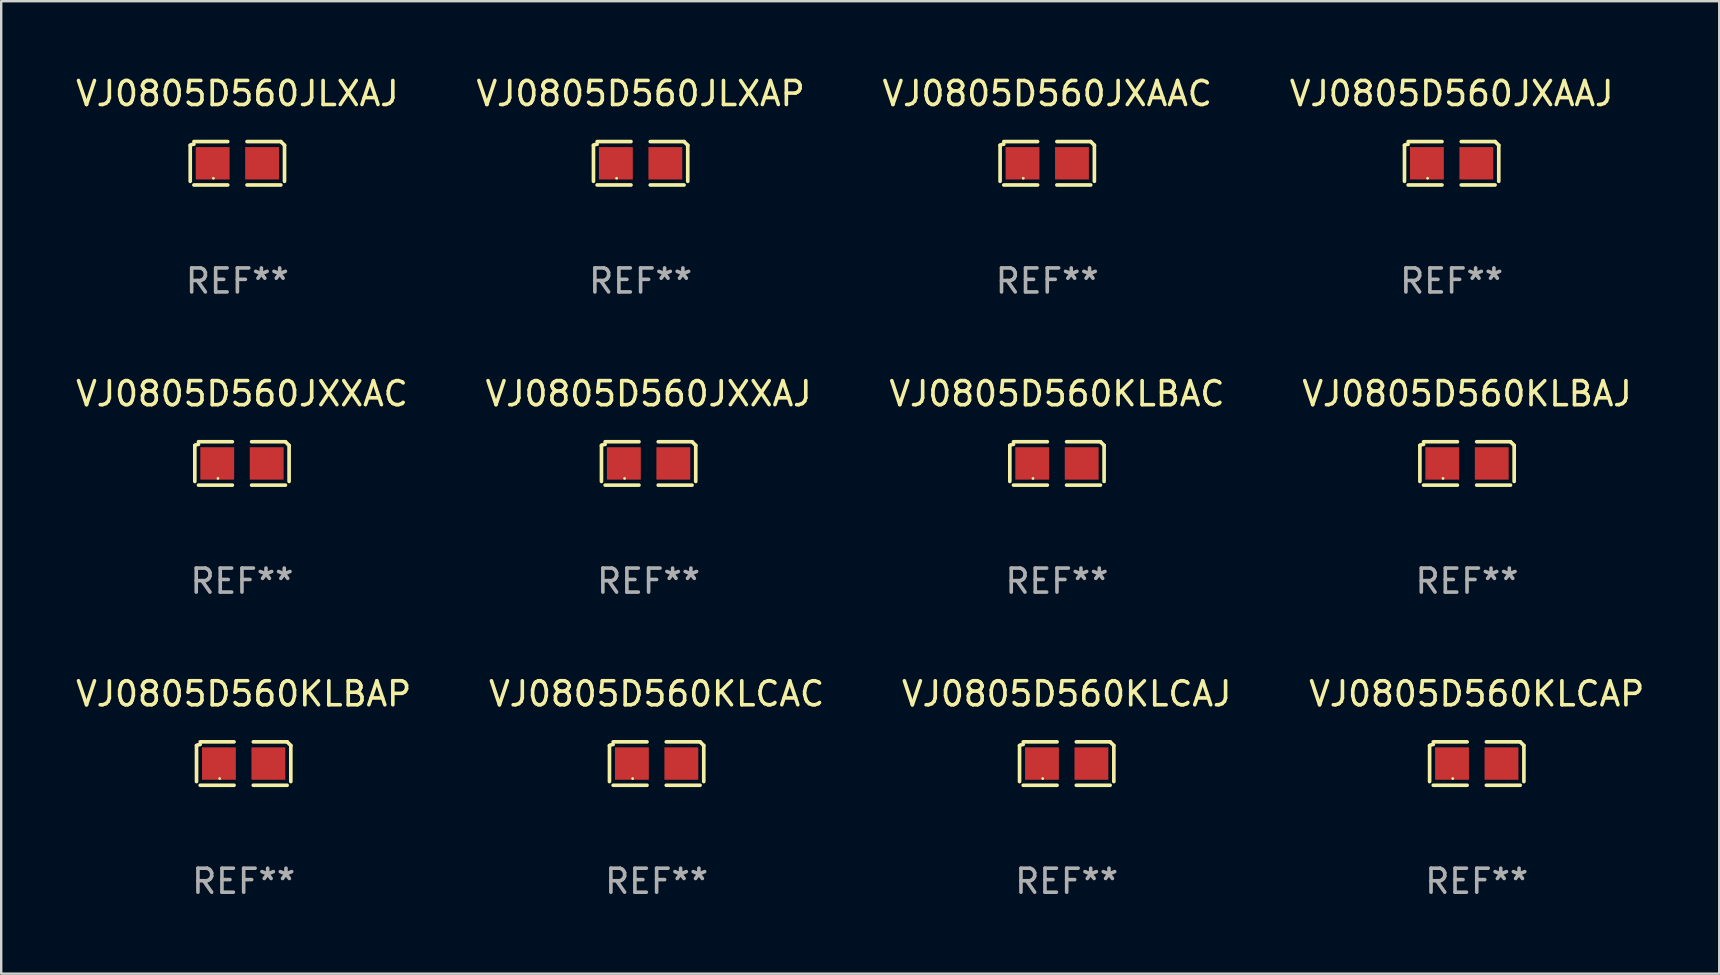
<source format=kicad_pcb>
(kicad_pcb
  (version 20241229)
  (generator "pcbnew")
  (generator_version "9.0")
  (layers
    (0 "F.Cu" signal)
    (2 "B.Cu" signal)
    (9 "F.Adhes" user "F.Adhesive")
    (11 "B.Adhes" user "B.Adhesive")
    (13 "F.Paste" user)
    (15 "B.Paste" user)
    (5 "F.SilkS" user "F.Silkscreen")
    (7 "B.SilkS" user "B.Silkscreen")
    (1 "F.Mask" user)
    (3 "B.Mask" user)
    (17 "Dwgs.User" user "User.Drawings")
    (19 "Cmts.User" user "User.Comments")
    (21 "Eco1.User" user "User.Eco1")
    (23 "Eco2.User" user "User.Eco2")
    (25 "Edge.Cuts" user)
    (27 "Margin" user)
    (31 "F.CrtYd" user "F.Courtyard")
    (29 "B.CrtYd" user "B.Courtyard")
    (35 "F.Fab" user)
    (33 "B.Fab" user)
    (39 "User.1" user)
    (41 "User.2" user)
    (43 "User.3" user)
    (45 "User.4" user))
  (footprint "VJ0805D560KLCAP"
    (layer "F.Cu")
    (at 58.47 28.759)
    (property "Reference" "VJ0805D560KLCAP" (at 0 -2.904 0) (layer "F.SilkS") (effects (font (size 1 1) (thickness 0.15))))
    (attr through_hole)
    (fp_line (start -1.964 0.751) (end -1.964 -0.751) (stroke (width 0.152) (type solid)) (layer "F.SilkS"))
    (fp_line (start -1.811 -0.904) (end -0.401 -0.904) (stroke (width 0.152) (type solid)) (layer "F.SilkS"))
    (fp_line (start -0.401 0.904) (end -1.811 0.904) (stroke (width 0.152) (type solid)) (layer "F.SilkS"))
    (fp_line (start 0.401 0.904) (end 1.811 0.904) (stroke (width 0.152) (type solid)) (layer "F.SilkS"))
    (fp_line (start 1.811 -0.904) (end 0.401 -0.904) (stroke (width 0.152) (type solid)) (layer "F.SilkS"))
    (fp_line (start 1.964 0.751) (end 1.964 -0.751) (stroke (width 0.152) (type solid)) (layer "F.SilkS"))
    (fp_arc (start -1.963602 -0.751207) (mid -1.890354 -0.783131) (end -1.811201 -0.794044) (stroke (width 0.1524) (type solid)) (layer "F.SilkS"))
    (fp_arc (start 1.811202 -0.903607) (mid 1.887413 -0.827418) (end 1.963602 -0.751207) (stroke (width 0.1524) (type solid)) (layer "F.SilkS"))
    (fp_circle (center -1 0.625) (end -0.97 0.625) (stroke (width 0.06) (type solid)) (fill no) (layer "F.SilkS"))
    (fp_text user "REF**" (at 0 4.904 0) (layer "F.Fab") (effects (font (size 1 1) (thickness 0.15))))
    (pad "1" smd rect (at -1.03 0) (size 1.41 1.35) (layers "F.Cu" "F.Mask" "F.Paste"))
    (pad "2" smd rect (at 1.03 0) (size 1.41 1.35) (layers "F.Cu" "F.Mask" "F.Paste")))
  (footprint "VJ0805D560JXXAC"
    (layer "F.Cu")
    (at 7.03 16.256)
    (property "Reference" "VJ0805D560JXXAC" (at 0 -2.904 0) (layer "F.SilkS") (effects (font (size 1 1) (thickness 0.15))))
    (attr through_hole)
    (fp_line (start -1.964 0.751) (end -1.964 -0.751) (stroke (width 0.152) (type solid)) (layer "F.SilkS"))
    (fp_line (start -1.811 -0.904) (end -0.401 -0.904) (stroke (width 0.152) (type solid)) (layer "F.SilkS"))
    (fp_line (start -0.401 0.904) (end -1.811 0.904) (stroke (width 0.152) (type solid)) (layer "F.SilkS"))
    (fp_line (start 0.401 0.904) (end 1.811 0.904) (stroke (width 0.152) (type solid)) (layer "F.SilkS"))
    (fp_line (start 1.811 -0.904) (end 0.401 -0.904) (stroke (width 0.152) (type solid)) (layer "F.SilkS"))
    (fp_line (start 1.964 0.751) (end 1.964 -0.751) (stroke (width 0.152) (type solid)) (layer "F.SilkS"))
    (fp_arc (start -1.963602 -0.751207) (mid -1.890354 -0.783131) (end -1.811201 -0.794044) (stroke (width 0.1524) (type solid)) (layer "F.SilkS"))
    (fp_arc (start 1.811202 -0.903607) (mid 1.887413 -0.827418) (end 1.963602 -0.751207) (stroke (width 0.1524) (type solid)) (layer "F.SilkS"))
    (fp_circle (center -1 0.625) (end -0.97 0.625) (stroke (width 0.06) (type solid)) (fill no) (layer "F.SilkS"))
    (fp_text user "REF**" (at 0 4.904 0) (layer "F.Fab") (effects (font (size 1 1) (thickness 0.15))))
    (pad "1" smd rect (at -1.03 0) (size 1.41 1.35) (layers "F.Cu" "F.Mask" "F.Paste"))
    (pad "2" smd rect (at 1.03 0) (size 1.41 1.35) (layers "F.Cu" "F.Mask" "F.Paste")))
  (footprint "VJ0805D560KLCAJ"
    (layer "F.Cu")
    (at 41.387 28.759)
    (property "Reference" "VJ0805D560KLCAJ" (at 0 -2.904 0) (layer "F.SilkS") (effects (font (size 1 1) (thickness 0.15))))
    (attr through_hole)
    (fp_line (start -1.964 0.751) (end -1.964 -0.751) (stroke (width 0.152) (type solid)) (layer "F.SilkS"))
    (fp_line (start -1.811 -0.904) (end -0.401 -0.904) (stroke (width 0.152) (type solid)) (layer "F.SilkS"))
    (fp_line (start -0.401 0.904) (end -1.811 0.904) (stroke (width 0.152) (type solid)) (layer "F.SilkS"))
    (fp_line (start 0.401 0.904) (end 1.811 0.904) (stroke (width 0.152) (type solid)) (layer "F.SilkS"))
    (fp_line (start 1.811 -0.904) (end 0.401 -0.904) (stroke (width 0.152) (type solid)) (layer "F.SilkS"))
    (fp_line (start 1.964 0.751) (end 1.964 -0.751) (stroke (width 0.152) (type solid)) (layer "F.SilkS"))
    (fp_arc (start -1.963602 -0.751207) (mid -1.890354 -0.783131) (end -1.811201 -0.794044) (stroke (width 0.1524) (type solid)) (layer "F.SilkS"))
    (fp_arc (start 1.811202 -0.903607) (mid 1.887413 -0.827418) (end 1.963602 -0.751207) (stroke (width 0.1524) (type solid)) (layer "F.SilkS"))
    (fp_circle (center -1 0.625) (end -0.97 0.625) (stroke (width 0.06) (type solid)) (fill no) (layer "F.SilkS"))
    (fp_text user "REF**" (at 0 4.904 0) (layer "F.Fab") (effects (font (size 1 1) (thickness 0.15))))
    (pad "1" smd rect (at -1.03 0) (size 1.41 1.35) (layers "F.Cu" "F.Mask" "F.Paste"))
    (pad "2" smd rect (at 1.03 0) (size 1.41 1.35) (layers "F.Cu" "F.Mask" "F.Paste")))
  (footprint "VJ0805D560KLBAJ"
    (layer "F.Cu")
    (at 58.065 16.256)
    (property "Reference" "VJ0805D560KLBAJ" (at 0 -2.904 0) (layer "F.SilkS") (effects (font (size 1 1) (thickness 0.15))))
    (attr through_hole)
    (fp_line (start -1.964 0.751) (end -1.964 -0.751) (stroke (width 0.152) (type solid)) (layer "F.SilkS"))
    (fp_line (start -1.811 -0.904) (end -0.401 -0.904) (stroke (width 0.152) (type solid)) (layer "F.SilkS"))
    (fp_line (start -0.401 0.904) (end -1.811 0.904) (stroke (width 0.152) (type solid)) (layer "F.SilkS"))
    (fp_line (start 0.401 0.904) (end 1.811 0.904) (stroke (width 0.152) (type solid)) (layer "F.SilkS"))
    (fp_line (start 1.811 -0.904) (end 0.401 -0.904) (stroke (width 0.152) (type solid)) (layer "F.SilkS"))
    (fp_line (start 1.964 0.751) (end 1.964 -0.751) (stroke (width 0.152) (type solid)) (layer "F.SilkS"))
    (fp_arc (start -1.963602 -0.751207) (mid -1.890354 -0.783131) (end -1.811201 -0.794044) (stroke (width 0.1524) (type solid)) (layer "F.SilkS"))
    (fp_arc (start 1.811202 -0.903607) (mid 1.887413 -0.827418) (end 1.963602 -0.751207) (stroke (width 0.1524) (type solid)) (layer "F.SilkS"))
    (fp_circle (center -1 0.625) (end -0.97 0.625) (stroke (width 0.06) (type solid)) (fill no) (layer "F.SilkS"))
    (fp_text user "REF**" (at 0 4.904 0) (layer "F.Fab") (effects (font (size 1 1) (thickness 0.15))))
    (pad "1" smd rect (at -1.03 0) (size 1.41 1.35) (layers "F.Cu" "F.Mask" "F.Paste"))
    (pad "2" smd rect (at 1.03 0) (size 1.41 1.35) (layers "F.Cu" "F.Mask" "F.Paste")))
  (footprint "VJ0805D560JXAAC"
    (layer "F.Cu")
    (at 40.577 3.752)
    (property "Reference" "VJ0805D560JXAAC" (at 0 -2.904 0) (layer "F.SilkS") (effects (font (size 1 1) (thickness 0.15))))
    (attr through_hole)
    (fp_line (start -1.964 0.751) (end -1.964 -0.751) (stroke (width 0.152) (type solid)) (layer "F.SilkS"))
    (fp_line (start -1.811 -0.904) (end -0.401 -0.904) (stroke (width 0.152) (type solid)) (layer "F.SilkS"))
    (fp_line (start -0.401 0.904) (end -1.811 0.904) (stroke (width 0.152) (type solid)) (layer "F.SilkS"))
    (fp_line (start 0.401 0.904) (end 1.811 0.904) (stroke (width 0.152) (type solid)) (layer "F.SilkS"))
    (fp_line (start 1.811 -0.904) (end 0.401 -0.904) (stroke (width 0.152) (type solid)) (layer "F.SilkS"))
    (fp_line (start 1.964 0.751) (end 1.964 -0.751) (stroke (width 0.152) (type solid)) (layer "F.SilkS"))
    (fp_arc (start -1.963602 -0.751207) (mid -1.890354 -0.783131) (end -1.811201 -0.794044) (stroke (width 0.1524) (type solid)) (layer "F.SilkS"))
    (fp_arc (start 1.811202 -0.903607) (mid 1.887413 -0.827418) (end 1.963602 -0.751207) (stroke (width 0.1524) (type solid)) (layer "F.SilkS"))
    (fp_circle (center -1 0.625) (end -0.97 0.625) (stroke (width 0.06) (type solid)) (fill no) (layer "F.SilkS"))
    (fp_text user "REF**" (at 0 4.904 0) (layer "F.Fab") (effects (font (size 1 1) (thickness 0.15))))
    (pad "1" smd rect (at -1.03 0) (size 1.41 1.35) (layers "F.Cu" "F.Mask" "F.Paste"))
    (pad "2" smd rect (at 1.03 0) (size 1.41 1.35) (layers "F.Cu" "F.Mask" "F.Paste")))
  (footprint "VJ0805D560JXXAJ"
    (layer "F.Cu")
    (at 23.97 16.256)
    (property "Reference" "VJ0805D560JXXAJ" (at 0 -2.904 0) (layer "F.SilkS") (effects (font (size 1 1) (thickness 0.15))))
    (attr through_hole)
    (fp_line (start -1.964 0.751) (end -1.964 -0.751) (stroke (width 0.152) (type solid)) (layer "F.SilkS"))
    (fp_line (start -1.811 -0.904) (end -0.401 -0.904) (stroke (width 0.152) (type solid)) (layer "F.SilkS"))
    (fp_line (start -0.401 0.904) (end -1.811 0.904) (stroke (width 0.152) (type solid)) (layer "F.SilkS"))
    (fp_line (start 0.401 0.904) (end 1.811 0.904) (stroke (width 0.152) (type solid)) (layer "F.SilkS"))
    (fp_line (start 1.811 -0.904) (end 0.401 -0.904) (stroke (width 0.152) (type solid)) (layer "F.SilkS"))
    (fp_line (start 1.964 0.751) (end 1.964 -0.751) (stroke (width 0.152) (type solid)) (layer "F.SilkS"))
    (fp_arc (start -1.963602 -0.751207) (mid -1.890354 -0.783131) (end -1.811201 -0.794044) (stroke (width 0.1524) (type solid)) (layer "F.SilkS"))
    (fp_arc (start 1.811202 -0.903607) (mid 1.887413 -0.827418) (end 1.963602 -0.751207) (stroke (width 0.1524) (type solid)) (layer "F.SilkS"))
    (fp_circle (center -1 0.625) (end -0.97 0.625) (stroke (width 0.06) (type solid)) (fill no) (layer "F.SilkS"))
    (fp_text user "REF**" (at 0 4.904 0) (layer "F.Fab") (effects (font (size 1 1) (thickness 0.15))))
    (pad "1" smd rect (at -1.03 0) (size 1.41 1.35) (layers "F.Cu" "F.Mask" "F.Paste"))
    (pad "2" smd rect (at 1.03 0) (size 1.41 1.35) (layers "F.Cu" "F.Mask" "F.Paste")))
  (footprint "VJ0805D560KLBAP"
    (layer "F.Cu")
    (at 7.101 28.759)
    (property "Reference" "VJ0805D560KLBAP" (at 0 -2.904 0) (layer "F.SilkS") (effects (font (size 1 1) (thickness 0.15))))
    (attr through_hole)
    (fp_line (start -1.964 0.751) (end -1.964 -0.751) (stroke (width 0.152) (type solid)) (layer "F.SilkS"))
    (fp_line (start -1.811 -0.904) (end -0.401 -0.904) (stroke (width 0.152) (type solid)) (layer "F.SilkS"))
    (fp_line (start -0.401 0.904) (end -1.811 0.904) (stroke (width 0.152) (type solid)) (layer "F.SilkS"))
    (fp_line (start 0.401 0.904) (end 1.811 0.904) (stroke (width 0.152) (type solid)) (layer "F.SilkS"))
    (fp_line (start 1.811 -0.904) (end 0.401 -0.904) (stroke (width 0.152) (type solid)) (layer "F.SilkS"))
    (fp_line (start 1.964 0.751) (end 1.964 -0.751) (stroke (width 0.152) (type solid)) (layer "F.SilkS"))
    (fp_arc (start -1.963602 -0.751207) (mid -1.890354 -0.783131) (end -1.811201 -0.794044) (stroke (width 0.1524) (type solid)) (layer "F.SilkS"))
    (fp_arc (start 1.811202 -0.903607) (mid 1.887413 -0.827418) (end 1.963602 -0.751207) (stroke (width 0.1524) (type solid)) (layer "F.SilkS"))
    (fp_circle (center -1 0.625) (end -0.97 0.625) (stroke (width 0.06) (type solid)) (fill no) (layer "F.SilkS"))
    (fp_text user "REF**" (at 0 4.904 0) (layer "F.Fab") (effects (font (size 1 1) (thickness 0.15))))
    (pad "1" smd rect (at -1.03 0) (size 1.41 1.35) (layers "F.Cu" "F.Mask" "F.Paste"))
    (pad "2" smd rect (at 1.03 0) (size 1.41 1.35) (layers "F.Cu" "F.Mask" "F.Paste")))
  (footprint "VJ0805D560JXAAJ"
    (layer "F.Cu")
    (at 57.423 3.752)
    (property "Reference" "VJ0805D560JXAAJ" (at 0 -2.904 0) (layer "F.SilkS") (effects (font (size 1 1) (thickness 0.15))))
    (attr through_hole)
    (fp_line (start -1.964 0.751) (end -1.964 -0.751) (stroke (width 0.152) (type solid)) (layer "F.SilkS"))
    (fp_line (start -1.811 -0.904) (end -0.401 -0.904) (stroke (width 0.152) (type solid)) (layer "F.SilkS"))
    (fp_line (start -0.401 0.904) (end -1.811 0.904) (stroke (width 0.152) (type solid)) (layer "F.SilkS"))
    (fp_line (start 0.401 0.904) (end 1.811 0.904) (stroke (width 0.152) (type solid)) (layer "F.SilkS"))
    (fp_line (start 1.811 -0.904) (end 0.401 -0.904) (stroke (width 0.152) (type solid)) (layer "F.SilkS"))
    (fp_line (start 1.964 0.751) (end 1.964 -0.751) (stroke (width 0.152) (type solid)) (layer "F.SilkS"))
    (fp_arc (start -1.963602 -0.751207) (mid -1.890354 -0.783131) (end -1.811201 -0.794044) (stroke (width 0.1524) (type solid)) (layer "F.SilkS"))
    (fp_arc (start 1.811202 -0.903607) (mid 1.887413 -0.827418) (end 1.963602 -0.751207) (stroke (width 0.1524) (type solid)) (layer "F.SilkS"))
    (fp_circle (center -1 0.625) (end -0.97 0.625) (stroke (width 0.06) (type solid)) (fill no) (layer "F.SilkS"))
    (fp_text user "REF**" (at 0 4.904 0) (layer "F.Fab") (effects (font (size 1 1) (thickness 0.15))))
    (pad "1" smd rect (at -1.03 0) (size 1.41 1.35) (layers "F.Cu" "F.Mask" "F.Paste"))
    (pad "2" smd rect (at 1.03 0) (size 1.41 1.35) (layers "F.Cu" "F.Mask" "F.Paste")))
  (footprint "VJ0805D560KLBAC"
    (layer "F.Cu")
    (at 40.982 16.256)
    (property "Reference" "VJ0805D560KLBAC" (at 0 -2.904 0) (layer "F.SilkS") (effects (font (size 1 1) (thickness 0.15))))
    (attr through_hole)
    (fp_line (start -1.964 0.751) (end -1.964 -0.751) (stroke (width 0.152) (type solid)) (layer "F.SilkS"))
    (fp_line (start -1.811 -0.904) (end -0.401 -0.904) (stroke (width 0.152) (type solid)) (layer "F.SilkS"))
    (fp_line (start -0.401 0.904) (end -1.811 0.904) (stroke (width 0.152) (type solid)) (layer "F.SilkS"))
    (fp_line (start 0.401 0.904) (end 1.811 0.904) (stroke (width 0.152) (type solid)) (layer "F.SilkS"))
    (fp_line (start 1.811 -0.904) (end 0.401 -0.904) (stroke (width 0.152) (type solid)) (layer "F.SilkS"))
    (fp_line (start 1.964 0.751) (end 1.964 -0.751) (stroke (width 0.152) (type solid)) (layer "F.SilkS"))
    (fp_arc (start -1.963602 -0.751207) (mid -1.890354 -0.783131) (end -1.811201 -0.794044) (stroke (width 0.1524) (type solid)) (layer "F.SilkS"))
    (fp_arc (start 1.811202 -0.903607) (mid 1.887413 -0.827418) (end 1.963602 -0.751207) (stroke (width 0.1524) (type solid)) (layer "F.SilkS"))
    (fp_circle (center -1 0.625) (end -0.97 0.625) (stroke (width 0.06) (type solid)) (fill no) (layer "F.SilkS"))
    (fp_text user "REF**" (at 0 4.904 0) (layer "F.Fab") (effects (font (size 1 1) (thickness 0.15))))
    (pad "1" smd rect (at -1.03 0) (size 1.41 1.35) (layers "F.Cu" "F.Mask" "F.Paste"))
    (pad "2" smd rect (at 1.03 0) (size 1.41 1.35) (layers "F.Cu" "F.Mask" "F.Paste")))
  (footprint "VJ0805D560KLCAC"
    (layer "F.Cu")
    (at 24.304 28.759)
    (property "Reference" "VJ0805D560KLCAC" (at 0 -2.904 0) (layer "F.SilkS") (effects (font (size 1 1) (thickness 0.15))))
    (attr through_hole)
    (fp_line (start -1.964 0.751) (end -1.964 -0.751) (stroke (width 0.152) (type solid)) (layer "F.SilkS"))
    (fp_line (start -1.811 -0.904) (end -0.401 -0.904) (stroke (width 0.152) (type solid)) (layer "F.SilkS"))
    (fp_line (start -0.401 0.904) (end -1.811 0.904) (stroke (width 0.152) (type solid)) (layer "F.SilkS"))
    (fp_line (start 0.401 0.904) (end 1.811 0.904) (stroke (width 0.152) (type solid)) (layer "F.SilkS"))
    (fp_line (start 1.811 -0.904) (end 0.401 -0.904) (stroke (width 0.152) (type solid)) (layer "F.SilkS"))
    (fp_line (start 1.964 0.751) (end 1.964 -0.751) (stroke (width 0.152) (type solid)) (layer "F.SilkS"))
    (fp_arc (start -1.963602 -0.751207) (mid -1.890354 -0.783131) (end -1.811201 -0.794044) (stroke (width 0.1524) (type solid)) (layer "F.SilkS"))
    (fp_arc (start 1.811202 -0.903607) (mid 1.887413 -0.827418) (end 1.963602 -0.751207) (stroke (width 0.1524) (type solid)) (layer "F.SilkS"))
    (fp_circle (center -1 0.625) (end -0.97 0.625) (stroke (width 0.06) (type solid)) (fill no) (layer "F.SilkS"))
    (fp_text user "REF**" (at 0 4.904 0) (layer "F.Fab") (effects (font (size 1 1) (thickness 0.15))))
    (pad "1" smd rect (at -1.03 0) (size 1.41 1.35) (layers "F.Cu" "F.Mask" "F.Paste"))
    (pad "2" smd rect (at 1.03 0) (size 1.41 1.35) (layers "F.Cu" "F.Mask" "F.Paste")))
  (footprint "VJ0805D560JLXAP"
    (layer "F.Cu")
    (at 23.637 3.752)
    (property "Reference" "VJ0805D560JLXAP" (at 0 -2.904 0) (layer "F.SilkS") (effects (font (size 1 1) (thickness 0.15))))
    (attr through_hole)
    (fp_line (start -1.964 0.751) (end -1.964 -0.751) (stroke (width 0.152) (type solid)) (layer "F.SilkS"))
    (fp_line (start -1.811 -0.904) (end -0.401 -0.904) (stroke (width 0.152) (type solid)) (layer "F.SilkS"))
    (fp_line (start -0.401 0.904) (end -1.811 0.904) (stroke (width 0.152) (type solid)) (layer "F.SilkS"))
    (fp_line (start 0.401 0.904) (end 1.811 0.904) (stroke (width 0.152) (type solid)) (layer "F.SilkS"))
    (fp_line (start 1.811 -0.904) (end 0.401 -0.904) (stroke (width 0.152) (type solid)) (layer "F.SilkS"))
    (fp_line (start 1.964 0.751) (end 1.964 -0.751) (stroke (width 0.152) (type solid)) (layer "F.SilkS"))
    (fp_arc (start -1.963602 -0.751207) (mid -1.890354 -0.783131) (end -1.811201 -0.794044) (stroke (width 0.1524) (type solid)) (layer "F.SilkS"))
    (fp_arc (start 1.811202 -0.903607) (mid 1.887413 -0.827418) (end 1.963602 -0.751207) (stroke (width 0.1524) (type solid)) (layer "F.SilkS"))
    (fp_circle (center -1 0.625) (end -0.97 0.625) (stroke (width 0.06) (type solid)) (fill no) (layer "F.SilkS"))
    (fp_text user "REF**" (at 0 4.904 0) (layer "F.Fab") (effects (font (size 1 1) (thickness 0.15))))
    (pad "1" smd rect (at -1.03 0) (size 1.41 1.35) (layers "F.Cu" "F.Mask" "F.Paste"))
    (pad "2" smd rect (at 1.03 0) (size 1.41 1.35) (layers "F.Cu" "F.Mask" "F.Paste")))
  (footprint "VJ0805D560JLXAJ"
    (layer "F.Cu")
    (at 6.839 3.752)
    (property "Reference" "VJ0805D560JLXAJ" (at 0 -2.904 0) (layer "F.SilkS") (effects (font (size 1 1) (thickness 0.15))))
    (attr through_hole)
    (fp_line (start -1.964 0.751) (end -1.964 -0.751) (stroke (width 0.152) (type solid)) (layer "F.SilkS"))
    (fp_line (start -1.811 -0.904) (end -0.401 -0.904) (stroke (width 0.152) (type solid)) (layer "F.SilkS"))
    (fp_line (start -0.401 0.904) (end -1.811 0.904) (stroke (width 0.152) (type solid)) (layer "F.SilkS"))
    (fp_line (start 0.401 0.904) (end 1.811 0.904) (stroke (width 0.152) (type solid)) (layer "F.SilkS"))
    (fp_line (start 1.811 -0.904) (end 0.401 -0.904) (stroke (width 0.152) (type solid)) (layer "F.SilkS"))
    (fp_line (start 1.964 0.751) (end 1.964 -0.751) (stroke (width 0.152) (type solid)) (layer "F.SilkS"))
    (fp_arc (start -1.963602 -0.751207) (mid -1.890354 -0.783131) (end -1.811201 -0.794044) (stroke (width 0.1524) (type solid)) (layer "F.SilkS"))
    (fp_arc (start 1.811202 -0.903607) (mid 1.887413 -0.827418) (end 1.963602 -0.751207) (stroke (width 0.1524) (type solid)) (layer "F.SilkS"))
    (fp_circle (center -1 0.625) (end -0.97 0.625) (stroke (width 0.06) (type solid)) (fill no) (layer "F.SilkS"))
    (fp_text user "REF**" (at 0 4.904 0) (layer "F.Fab") (effects (font (size 1 1) (thickness 0.15))))
    (pad "1" smd rect (at -1.03 0) (size 1.41 1.35) (layers "F.Cu" "F.Mask" "F.Paste"))
    (pad "2" smd rect (at 1.03 0) (size 1.41 1.35) (layers "F.Cu" "F.Mask" "F.Paste")))
  (gr_rect
    (start -3 -3)
    (end 68.571 37.511)
    (stroke (width 0.1) (type default))
    (fill no)
    (layer "Edge.Cuts")))
</source>
